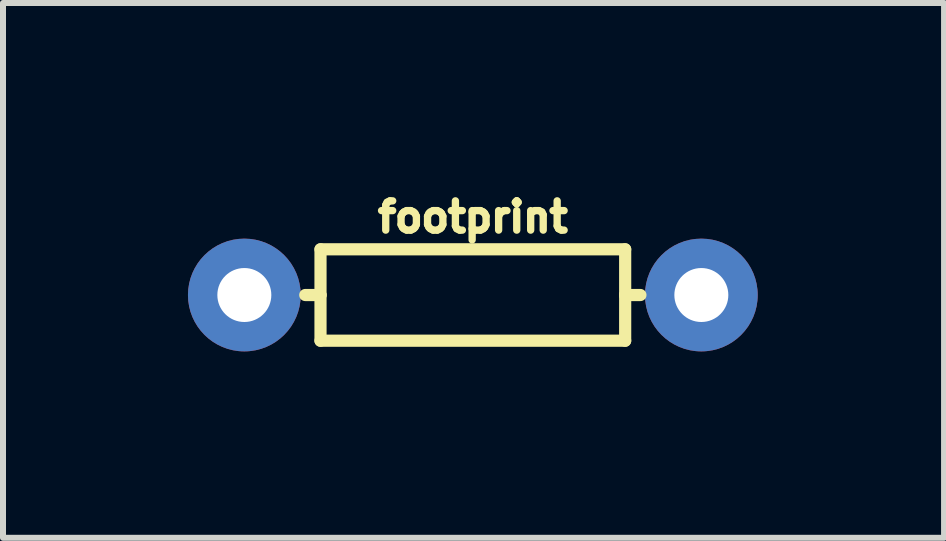
<source format=kicad_pcb>
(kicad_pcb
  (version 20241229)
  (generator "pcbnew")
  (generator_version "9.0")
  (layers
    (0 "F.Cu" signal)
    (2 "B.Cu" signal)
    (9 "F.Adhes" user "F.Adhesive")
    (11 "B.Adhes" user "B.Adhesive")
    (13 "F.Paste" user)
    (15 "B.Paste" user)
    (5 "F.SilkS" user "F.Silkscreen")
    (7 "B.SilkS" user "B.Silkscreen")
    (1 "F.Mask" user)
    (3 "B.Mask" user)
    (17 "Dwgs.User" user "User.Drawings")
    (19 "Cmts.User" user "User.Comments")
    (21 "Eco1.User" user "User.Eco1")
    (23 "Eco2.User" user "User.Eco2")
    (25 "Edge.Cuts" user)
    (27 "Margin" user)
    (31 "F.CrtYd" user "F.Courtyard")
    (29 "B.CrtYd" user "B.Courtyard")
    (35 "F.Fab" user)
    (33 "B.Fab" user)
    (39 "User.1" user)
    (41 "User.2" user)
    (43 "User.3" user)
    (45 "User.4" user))
  (footprint "footprint"
    (layer "F.Cu")
    (at 4.834 1.869)
    (property "Reference" "footprint" (at 0 -1.016 0) (layer "F.SilkS") (effects (font (size 0.488 0.488) (thickness 0.122)) (justify bottom)))
    (fp_circle (center -3.81 0) (end -3.556 0) (stroke (width 0.508) (type solid)) (fill yes) (layer "F.Mask"))
    (fp_circle (center 3.81 0) (end 4.072 0) (stroke (width 0.524) (type solid)) (fill yes) (layer "F.Mask"))
    (fp_circle (center -3.81 0) (end -3.298 0) (stroke (width 1.024) (type solid)) (fill yes) (layer "B.Mask"))
    (fp_circle (center 3.81 0) (end 4.334 0) (stroke (width 1.047) (type solid)) (fill yes) (layer "B.Mask"))
    (fp_line (start -2.54 -0.762) (end 2.54 -0.762) (stroke (width 0.203) (type solid)) (layer "F.SilkS"))
    (fp_line (start -2.54 0) (end -2.794 0) (stroke (width 0.203) (type solid)) (layer "F.SilkS"))
    (fp_line (start -2.54 0) (end -2.54 -0.762) (stroke (width 0.203) (type solid)) (layer "F.SilkS"))
    (fp_line (start -2.54 0.762) (end -2.54 0) (stroke (width 0.203) (type solid)) (layer "F.SilkS"))
    (fp_line (start 2.54 -0.762) (end 2.54 0) (stroke (width 0.203) (type solid)) (layer "F.SilkS"))
    (fp_line (start 2.54 0) (end 2.54 0.762) (stroke (width 0.203) (type solid)) (layer "F.SilkS"))
    (fp_line (start 2.54 0) (end 2.794 0) (stroke (width 0.203) (type solid)) (layer "F.SilkS"))
    (fp_line (start 2.54 0.762) (end -2.54 0.762) (stroke (width 0.203) (type solid)) (layer "F.SilkS"))
    (pad "P$1" thru_hole circle (at -3.81 0) (size 1.88 1.88) (drill 0.9) (layers "*.Cu"))
    (pad "P$2" thru_hole circle (at 3.81 0) (size 1.88 1.88) (drill 0.9) (layers "*.Cu")))
  (gr_rect
    (start -3 -3)
    (end 12.691 5.917)
    (stroke (width 0.1) (type default))
    (fill no)
    (layer "Edge.Cuts")))
</source>
